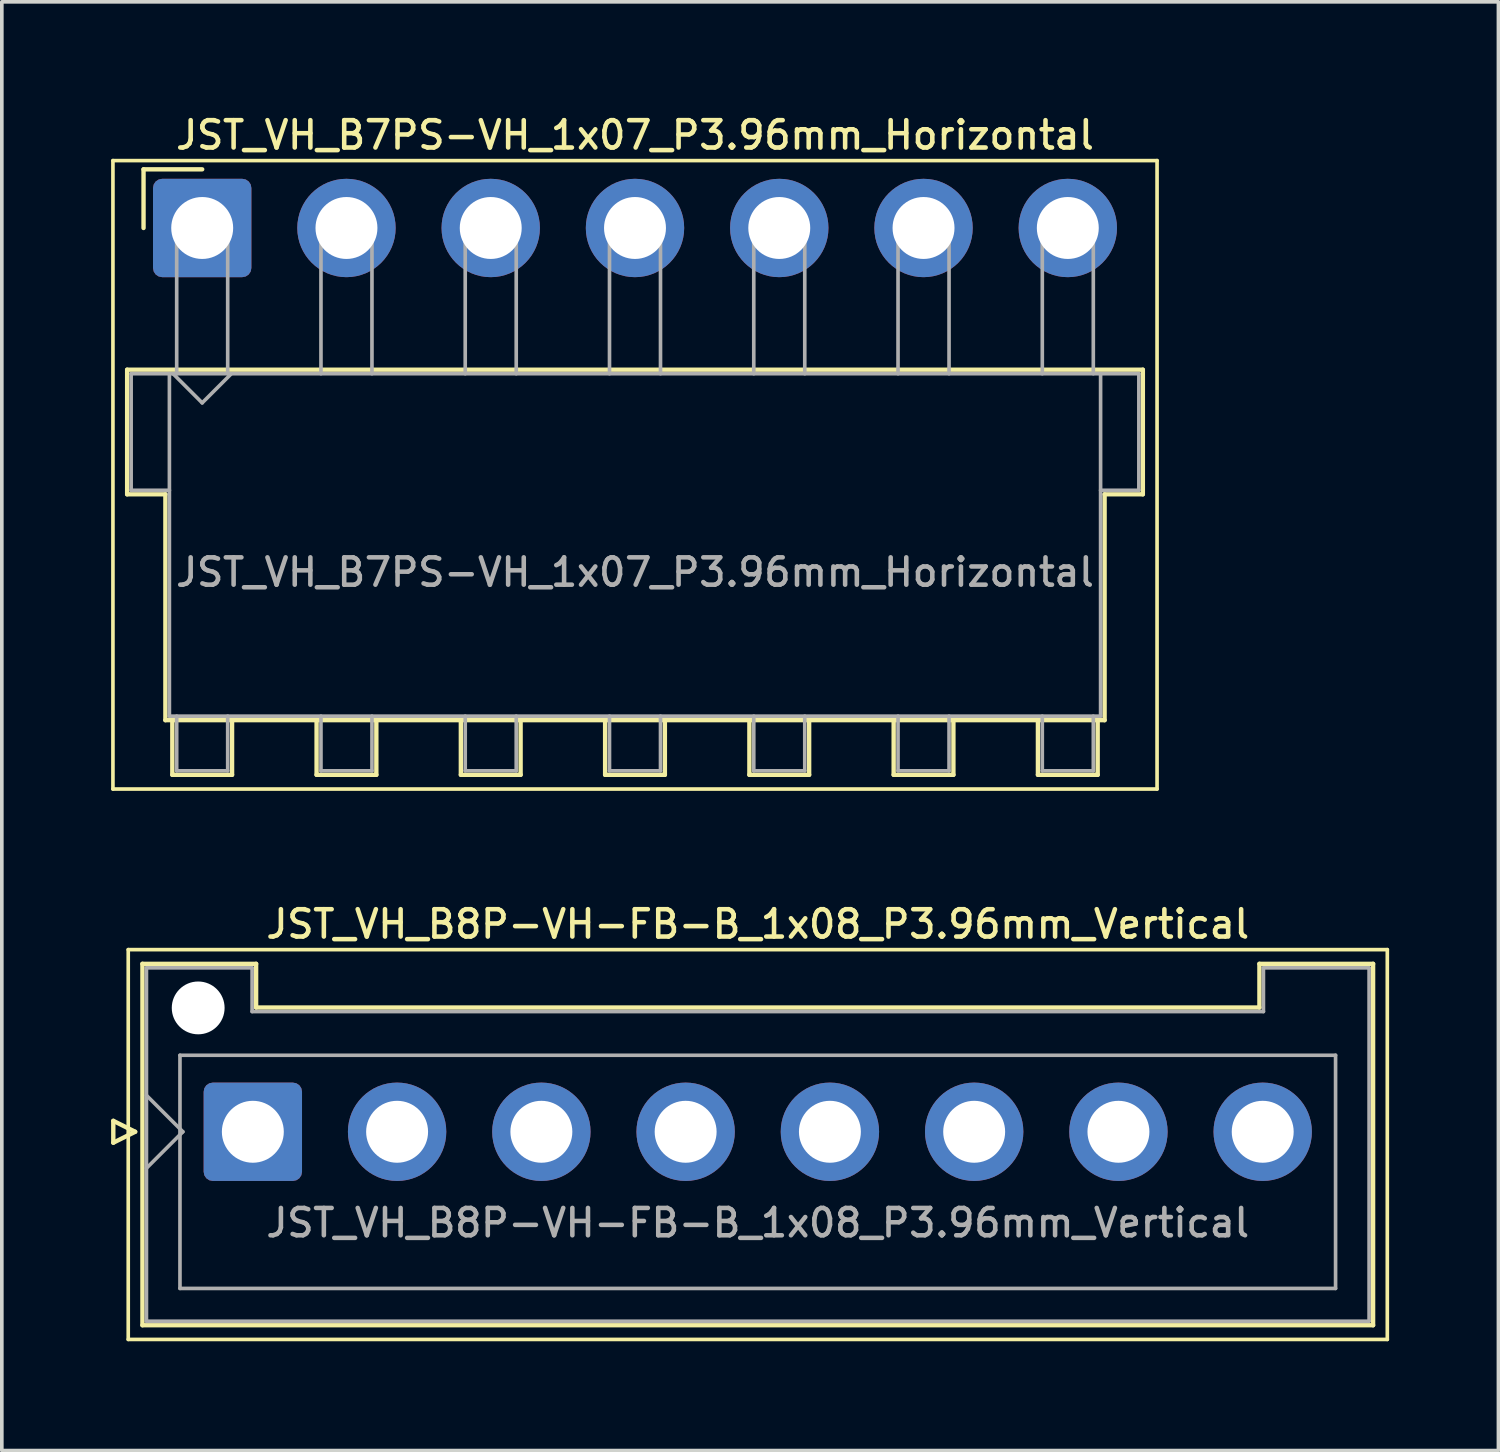
<source format=kicad_pcb>
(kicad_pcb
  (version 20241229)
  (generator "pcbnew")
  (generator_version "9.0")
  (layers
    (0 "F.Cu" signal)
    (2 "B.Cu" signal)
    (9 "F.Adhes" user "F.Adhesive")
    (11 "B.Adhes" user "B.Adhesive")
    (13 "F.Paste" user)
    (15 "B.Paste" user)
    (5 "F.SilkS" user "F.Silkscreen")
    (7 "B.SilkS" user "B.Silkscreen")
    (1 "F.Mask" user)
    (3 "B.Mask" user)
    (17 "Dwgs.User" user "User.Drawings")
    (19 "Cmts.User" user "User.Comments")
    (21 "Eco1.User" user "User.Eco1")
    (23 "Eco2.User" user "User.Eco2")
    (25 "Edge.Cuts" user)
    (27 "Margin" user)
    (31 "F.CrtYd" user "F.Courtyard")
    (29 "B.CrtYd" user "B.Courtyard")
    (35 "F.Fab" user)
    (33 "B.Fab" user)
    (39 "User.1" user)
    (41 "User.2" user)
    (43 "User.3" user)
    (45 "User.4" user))
  (footprint "JST_VH_B8P-VH-FB-B_1x08_P3.96mm_Vertical"
    (layer "F.Cu")
    (at 3.89 28.016)
    (property "Reference" "JST_VH_B8P-VH-FB-B_1x08_P3.96mm_Vertical" (at 13.86 -5.7 0) (layer "F.SilkS") (effects (font (size 0.75 0.75) (thickness 0.125))))
    (attr through_hole)
    (fp_line (start -3.83 -0.3) (end -3.23 0) (stroke (width 0.12) (type solid)) (layer "F.SilkS"))
    (fp_line (start -3.83 0.3) (end -3.83 -0.3) (stroke (width 0.12) (type solid)) (layer "F.SilkS"))
    (fp_line (start -3.42 -5) (end -3.42 5.7) (stroke (width 0.1) (type solid)) (layer "F.SilkS"))
    (fp_line (start -3.42 5.7) (end 31.14 5.7) (stroke (width 0.1) (type solid)) (layer "F.SilkS"))
    (fp_line (start -3.23 0) (end -3.83 0.3) (stroke (width 0.12) (type solid)) (layer "F.SilkS"))
    (fp_line (start -3.03 -4.61) (end 0.09 -4.61) (stroke (width 0.12) (type solid)) (layer "F.SilkS"))
    (fp_line (start -3.03 5.31) (end -3.03 -4.61) (stroke (width 0.12) (type solid)) (layer "F.SilkS"))
    (fp_line (start 0.09 -4.61) (end 0.09 -3.41) (stroke (width 0.12) (type solid)) (layer "F.SilkS"))
    (fp_line (start 0.09 -3.41) (end 27.63 -3.41) (stroke (width 0.12) (type solid)) (layer "F.SilkS"))
    (fp_line (start 27.63 -4.61) (end 30.75 -4.61) (stroke (width 0.12) (type solid)) (layer "F.SilkS"))
    (fp_line (start 27.63 -3.41) (end 27.63 -4.61) (stroke (width 0.12) (type solid)) (layer "F.SilkS"))
    (fp_line (start 30.75 -4.61) (end 30.75 5.31) (stroke (width 0.12) (type solid)) (layer "F.SilkS"))
    (fp_line (start 30.75 5.31) (end -3.03 5.31) (stroke (width 0.12) (type solid)) (layer "F.SilkS"))
    (fp_line (start 31.14 -5) (end -3.42 -5) (stroke (width 0.1) (type solid)) (layer "F.SilkS"))
    (fp_line (start 31.14 5.7) (end 31.14 -5) (stroke (width 0.1) (type solid)) (layer "F.SilkS"))
    (fp_line (start -2.92 -4.5) (end -0.02 -4.5) (stroke (width 0.1) (type solid)) (layer "F.Fab"))
    (fp_line (start -2.92 -1) (end -1.92 0) (stroke (width 0.1) (type solid)) (layer "F.Fab"))
    (fp_line (start -2.92 1) (end -1.92 0) (stroke (width 0.1) (type solid)) (layer "F.Fab"))
    (fp_line (start -2.92 5.2) (end -2.92 -4.5) (stroke (width 0.1) (type solid)) (layer "F.Fab"))
    (fp_line (start -2 -2.1) (end 29.72 -2.1) (stroke (width 0.1) (type solid)) (layer "F.Fab"))
    (fp_line (start -2 4.3) (end -2 -2.1) (stroke (width 0.1) (type solid)) (layer "F.Fab"))
    (fp_line (start -0.02 -4.5) (end -0.02 -3.3) (stroke (width 0.1) (type solid)) (layer "F.Fab"))
    (fp_line (start -0.02 -3.3) (end 27.74 -3.3) (stroke (width 0.1) (type solid)) (layer "F.Fab"))
    (fp_line (start 27.74 -4.5) (end 30.64 -4.5) (stroke (width 0.1) (type solid)) (layer "F.Fab"))
    (fp_line (start 27.74 -3.3) (end 27.74 -4.5) (stroke (width 0.1) (type solid)) (layer "F.Fab"))
    (fp_line (start 29.72 -2.1) (end 29.72 4.3) (stroke (width 0.1) (type solid)) (layer "F.Fab"))
    (fp_line (start 29.72 4.3) (end -2 4.3) (stroke (width 0.1) (type solid)) (layer "F.Fab"))
    (fp_line (start 30.64 -4.5) (end 30.64 5.2) (stroke (width 0.1) (type solid)) (layer "F.Fab"))
    (fp_line (start 30.64 5.2) (end -2.92 5.2) (stroke (width 0.1) (type solid)) (layer "F.Fab"))
    (fp_text user "${REFERENCE}" (at 13.86 2.5 0) (layer "F.Fab") (effects (font (size 0.75 0.75) (thickness 0.125))))
    (pad "" np_thru_hole circle (at -1.5 -3.4) (size 1.45 1.45) (drill 1.45) (layers "*.Cu" "*.Mask"))
    (pad "1" thru_hole roundrect (at 0 0) (size 2.7 2.7) (drill 1.7) (layers "*.Cu" "*.Mask") (roundrect_rratio 0.093))
    (pad "2" thru_hole circle (at 3.96 0) (size 2.7 2.7) (drill 1.7) (layers "*.Cu" "*.Mask"))
    (pad "3" thru_hole circle (at 7.92 0) (size 2.7 2.7) (drill 1.7) (layers "*.Cu" "*.Mask"))
    (pad "4" thru_hole circle (at 11.88 0) (size 2.7 2.7) (drill 1.7) (layers "*.Cu" "*.Mask"))
    (pad "5" thru_hole circle (at 15.84 0) (size 2.7 2.7) (drill 1.7) (layers "*.Cu" "*.Mask"))
    (pad "6" thru_hole circle (at 19.8 0) (size 2.7 2.7) (drill 1.7) (layers "*.Cu" "*.Mask"))
    (pad "7" thru_hole circle (at 23.76 0) (size 2.7 2.7) (drill 1.7) (layers "*.Cu" "*.Mask"))
    (pad "8" thru_hole circle (at 27.72 0) (size 2.7 2.7) (drill 1.7) (layers "*.Cu" "*.Mask")))
  (footprint "JST_VH_B7PS-VH_1x07_P3.96mm_Horizontal"
    (layer "F.Cu")
    (at 2.5 3.208)
    (property "Reference" "JST_VH_B7PS-VH_1x07_P3.96mm_Horizontal" (at 11.88 -2.55 0) (layer "F.SilkS") (effects (font (size 0.75 0.75) (thickness 0.125))))
    (attr through_hole)
    (fp_line (start -2.45 -1.85) (end -2.45 15.4) (stroke (width 0.1) (type solid)) (layer "F.SilkS"))
    (fp_line (start -2.45 15.4) (end 26.21 15.4) (stroke (width 0.1) (type solid)) (layer "F.SilkS"))
    (fp_line (start -2.06 3.89) (end 25.82 3.89) (stroke (width 0.12) (type solid)) (layer "F.SilkS"))
    (fp_line (start -2.06 7.31) (end -2.06 3.89) (stroke (width 0.12) (type solid)) (layer "F.SilkS"))
    (fp_line (start -1.61 -1.61) (end -1.61 0) (stroke (width 0.12) (type solid)) (layer "F.SilkS"))
    (fp_line (start -1.01 7.31) (end -2.06 7.31) (stroke (width 0.12) (type solid)) (layer "F.SilkS"))
    (fp_line (start -1.01 13.51) (end -1.01 7.31) (stroke (width 0.12) (type solid)) (layer "F.SilkS"))
    (fp_line (start -0.82 13.51) (end -0.82 15.01) (stroke (width 0.12) (type solid)) (layer "F.SilkS"))
    (fp_line (start -0.82 15.01) (end 0.82 15.01) (stroke (width 0.12) (type solid)) (layer "F.SilkS"))
    (fp_line (start 0 -1.61) (end -1.61 -1.61) (stroke (width 0.12) (type solid)) (layer "F.SilkS"))
    (fp_line (start 0.82 15.01) (end 0.82 13.51) (stroke (width 0.12) (type solid)) (layer "F.SilkS"))
    (fp_line (start 3.14 13.51) (end 3.14 15.01) (stroke (width 0.12) (type solid)) (layer "F.SilkS"))
    (fp_line (start 3.14 15.01) (end 4.78 15.01) (stroke (width 0.12) (type solid)) (layer "F.SilkS"))
    (fp_line (start 4.78 15.01) (end 4.78 13.51) (stroke (width 0.12) (type solid)) (layer "F.SilkS"))
    (fp_line (start 7.1 13.51) (end 7.1 15.01) (stroke (width 0.12) (type solid)) (layer "F.SilkS"))
    (fp_line (start 7.1 15.01) (end 8.74 15.01) (stroke (width 0.12) (type solid)) (layer "F.SilkS"))
    (fp_line (start 8.74 15.01) (end 8.74 13.51) (stroke (width 0.12) (type solid)) (layer "F.SilkS"))
    (fp_line (start 11.06 13.51) (end 11.06 15.01) (stroke (width 0.12) (type solid)) (layer "F.SilkS"))
    (fp_line (start 11.06 15.01) (end 12.7 15.01) (stroke (width 0.12) (type solid)) (layer "F.SilkS"))
    (fp_line (start 12.7 15.01) (end 12.7 13.51) (stroke (width 0.12) (type solid)) (layer "F.SilkS"))
    (fp_line (start 15.02 13.51) (end 15.02 15.01) (stroke (width 0.12) (type solid)) (layer "F.SilkS"))
    (fp_line (start 15.02 15.01) (end 16.66 15.01) (stroke (width 0.12) (type solid)) (layer "F.SilkS"))
    (fp_line (start 16.66 15.01) (end 16.66 13.51) (stroke (width 0.12) (type solid)) (layer "F.SilkS"))
    (fp_line (start 18.98 13.51) (end 18.98 15.01) (stroke (width 0.12) (type solid)) (layer "F.SilkS"))
    (fp_line (start 18.98 15.01) (end 20.62 15.01) (stroke (width 0.12) (type solid)) (layer "F.SilkS"))
    (fp_line (start 20.62 15.01) (end 20.62 13.51) (stroke (width 0.12) (type solid)) (layer "F.SilkS"))
    (fp_line (start 22.94 13.51) (end 22.94 15.01) (stroke (width 0.12) (type solid)) (layer "F.SilkS"))
    (fp_line (start 22.94 15.01) (end 24.58 15.01) (stroke (width 0.12) (type solid)) (layer "F.SilkS"))
    (fp_line (start 24.58 15.01) (end 24.58 13.51) (stroke (width 0.12) (type solid)) (layer "F.SilkS"))
    (fp_line (start 24.77 7.31) (end 24.77 13.51) (stroke (width 0.12) (type solid)) (layer "F.SilkS"))
    (fp_line (start 24.77 13.51) (end -1.01 13.51) (stroke (width 0.12) (type solid)) (layer "F.SilkS"))
    (fp_line (start 25.82 3.89) (end 25.82 7.31) (stroke (width 0.12) (type solid)) (layer "F.SilkS"))
    (fp_line (start 25.82 7.31) (end 24.77 7.31) (stroke (width 0.12) (type solid)) (layer "F.SilkS"))
    (fp_line (start 26.21 -1.85) (end -2.45 -1.85) (stroke (width 0.1) (type solid)) (layer "F.SilkS"))
    (fp_line (start 26.21 15.4) (end 26.21 -1.85) (stroke (width 0.1) (type solid)) (layer "F.SilkS"))
    (fp_line (start -1.95 4) (end -0.9 4) (stroke (width 0.1) (type solid)) (layer "F.Fab"))
    (fp_line (start -1.95 7.2) (end -1.95 4) (stroke (width 0.1) (type solid)) (layer "F.Fab"))
    (fp_line (start -0.9 4) (end -0.9 13.4) (stroke (width 0.1) (type solid)) (layer "F.Fab"))
    (fp_line (start -0.9 7.2) (end -1.95 7.2) (stroke (width 0.1) (type solid)) (layer "F.Fab"))
    (fp_line (start -0.9 13.4) (end 24.66 13.4) (stroke (width 0.1) (type solid)) (layer "F.Fab"))
    (fp_line (start -0.8 4) (end 0 4.8) (stroke (width 0.1) (type solid)) (layer "F.Fab"))
    (fp_line (start -0.7 0) (end 0.7 0) (stroke (width 0.1) (type solid)) (layer "F.Fab"))
    (fp_line (start -0.7 4) (end -0.7 0) (stroke (width 0.1) (type solid)) (layer "F.Fab"))
    (fp_line (start -0.7 13.4) (end -0.7 14.9) (stroke (width 0.1) (type solid)) (layer "F.Fab"))
    (fp_line (start -0.7 14.9) (end 0.7 14.9) (stroke (width 0.1) (type solid)) (layer "F.Fab"))
    (fp_line (start 0 4.8) (end 0.8 4) (stroke (width 0.1) (type solid)) (layer "F.Fab"))
    (fp_line (start 0.7 0) (end 0.7 4) (stroke (width 0.1) (type solid)) (layer "F.Fab"))
    (fp_line (start 0.7 14.9) (end 0.7 13.4) (stroke (width 0.1) (type solid)) (layer "F.Fab"))
    (fp_line (start 3.26 0) (end 4.66 0) (stroke (width 0.1) (type solid)) (layer "F.Fab"))
    (fp_line (start 3.26 4) (end 3.26 0) (stroke (width 0.1) (type solid)) (layer "F.Fab"))
    (fp_line (start 3.26 13.4) (end 3.26 14.9) (stroke (width 0.1) (type solid)) (layer "F.Fab"))
    (fp_line (start 3.26 14.9) (end 4.66 14.9) (stroke (width 0.1) (type solid)) (layer "F.Fab"))
    (fp_line (start 4.66 0) (end 4.66 4) (stroke (width 0.1) (type solid)) (layer "F.Fab"))
    (fp_line (start 4.66 14.9) (end 4.66 13.4) (stroke (width 0.1) (type solid)) (layer "F.Fab"))
    (fp_line (start 7.22 0) (end 8.62 0) (stroke (width 0.1) (type solid)) (layer "F.Fab"))
    (fp_line (start 7.22 4) (end 7.22 0) (stroke (width 0.1) (type solid)) (layer "F.Fab"))
    (fp_line (start 7.22 13.4) (end 7.22 14.9) (stroke (width 0.1) (type solid)) (layer "F.Fab"))
    (fp_line (start 7.22 14.9) (end 8.62 14.9) (stroke (width 0.1) (type solid)) (layer "F.Fab"))
    (fp_line (start 8.62 0) (end 8.62 4) (stroke (width 0.1) (type solid)) (layer "F.Fab"))
    (fp_line (start 8.62 14.9) (end 8.62 13.4) (stroke (width 0.1) (type solid)) (layer "F.Fab"))
    (fp_line (start 11.18 0) (end 12.58 0) (stroke (width 0.1) (type solid)) (layer "F.Fab"))
    (fp_line (start 11.18 4) (end 11.18 0) (stroke (width 0.1) (type solid)) (layer "F.Fab"))
    (fp_line (start 11.18 13.4) (end 11.18 14.9) (stroke (width 0.1) (type solid)) (layer "F.Fab"))
    (fp_line (start 11.18 14.9) (end 12.58 14.9) (stroke (width 0.1) (type solid)) (layer "F.Fab"))
    (fp_line (start 12.58 0) (end 12.58 4) (stroke (width 0.1) (type solid)) (layer "F.Fab"))
    (fp_line (start 12.58 14.9) (end 12.58 13.4) (stroke (width 0.1) (type solid)) (layer "F.Fab"))
    (fp_line (start 15.14 0) (end 16.54 0) (stroke (width 0.1) (type solid)) (layer "F.Fab"))
    (fp_line (start 15.14 4) (end 15.14 0) (stroke (width 0.1) (type solid)) (layer "F.Fab"))
    (fp_line (start 15.14 13.4) (end 15.14 14.9) (stroke (width 0.1) (type solid)) (layer "F.Fab"))
    (fp_line (start 15.14 14.9) (end 16.54 14.9) (stroke (width 0.1) (type solid)) (layer "F.Fab"))
    (fp_line (start 16.54 0) (end 16.54 4) (stroke (width 0.1) (type solid)) (layer "F.Fab"))
    (fp_line (start 16.54 14.9) (end 16.54 13.4) (stroke (width 0.1) (type solid)) (layer "F.Fab"))
    (fp_line (start 19.1 0) (end 20.5 0) (stroke (width 0.1) (type solid)) (layer "F.Fab"))
    (fp_line (start 19.1 4) (end 19.1 0) (stroke (width 0.1) (type solid)) (layer "F.Fab"))
    (fp_line (start 19.1 13.4) (end 19.1 14.9) (stroke (width 0.1) (type solid)) (layer "F.Fab"))
    (fp_line (start 19.1 14.9) (end 20.5 14.9) (stroke (width 0.1) (type solid)) (layer "F.Fab"))
    (fp_line (start 20.5 0) (end 20.5 4) (stroke (width 0.1) (type solid)) (layer "F.Fab"))
    (fp_line (start 20.5 14.9) (end 20.5 13.4) (stroke (width 0.1) (type solid)) (layer "F.Fab"))
    (fp_line (start 23.06 0) (end 24.46 0) (stroke (width 0.1) (type solid)) (layer "F.Fab"))
    (fp_line (start 23.06 4) (end 23.06 0) (stroke (width 0.1) (type solid)) (layer "F.Fab"))
    (fp_line (start 23.06 13.4) (end 23.06 14.9) (stroke (width 0.1) (type solid)) (layer "F.Fab"))
    (fp_line (start 23.06 14.9) (end 24.46 14.9) (stroke (width 0.1) (type solid)) (layer "F.Fab"))
    (fp_line (start 24.46 0) (end 24.46 4) (stroke (width 0.1) (type solid)) (layer "F.Fab"))
    (fp_line (start 24.46 14.9) (end 24.46 13.4) (stroke (width 0.1) (type solid)) (layer "F.Fab"))
    (fp_line (start 24.66 4) (end -0.9 4) (stroke (width 0.1) (type solid)) (layer "F.Fab"))
    (fp_line (start 24.66 4) (end 25.71 4) (stroke (width 0.1) (type solid)) (layer "F.Fab"))
    (fp_line (start 24.66 13.4) (end 24.66 4) (stroke (width 0.1) (type solid)) (layer "F.Fab"))
    (fp_line (start 25.71 4) (end 25.71 7.2) (stroke (width 0.1) (type solid)) (layer "F.Fab"))
    (fp_line (start 25.71 7.2) (end 24.66 7.2) (stroke (width 0.1) (type solid)) (layer "F.Fab"))
    (fp_text user "${REFERENCE}" (at 11.88 9.45 0) (layer "F.Fab") (effects (font (size 0.75 0.75) (thickness 0.125))))
    (pad "1" thru_hole roundrect (at 0 0) (size 2.7 2.7) (drill 1.7) (layers "*.Cu" "*.Mask") (roundrect_rratio 0.093))
    (pad "2" thru_hole circle (at 3.96 0) (size 2.7 2.7) (drill 1.7) (layers "*.Cu" "*.Mask"))
    (pad "3" thru_hole circle (at 7.92 0) (size 2.7 2.7) (drill 1.7) (layers "*.Cu" "*.Mask"))
    (pad "4" thru_hole circle (at 11.88 0) (size 2.7 2.7) (drill 1.7) (layers "*.Cu" "*.Mask"))
    (pad "5" thru_hole circle (at 15.84 0) (size 2.7 2.7) (drill 1.7) (layers "*.Cu" "*.Mask"))
    (pad "6" thru_hole circle (at 19.8 0) (size 2.7 2.7) (drill 1.7) (layers "*.Cu" "*.Mask"))
    (pad "7" thru_hole circle (at 23.76 0) (size 2.7 2.7) (drill 1.7) (layers "*.Cu" "*.Mask")))
  (gr_rect
    (start -3 -3)
    (end 38.08 36.766)
    (stroke (width 0.1) (type default))
    (fill no)
    (layer "Edge.Cuts")))
</source>
